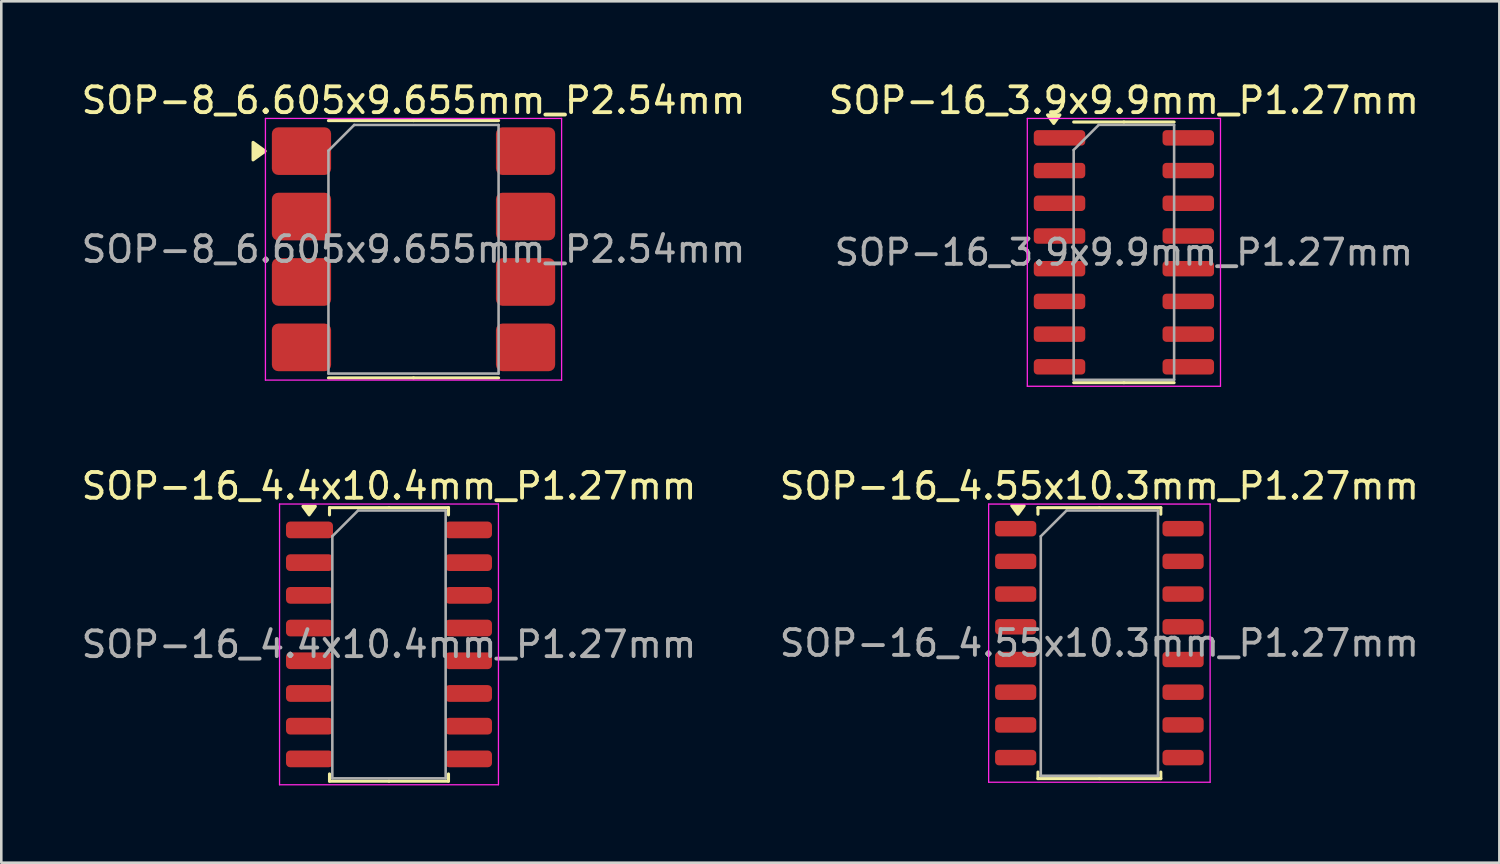
<source format=kicad_pcb>
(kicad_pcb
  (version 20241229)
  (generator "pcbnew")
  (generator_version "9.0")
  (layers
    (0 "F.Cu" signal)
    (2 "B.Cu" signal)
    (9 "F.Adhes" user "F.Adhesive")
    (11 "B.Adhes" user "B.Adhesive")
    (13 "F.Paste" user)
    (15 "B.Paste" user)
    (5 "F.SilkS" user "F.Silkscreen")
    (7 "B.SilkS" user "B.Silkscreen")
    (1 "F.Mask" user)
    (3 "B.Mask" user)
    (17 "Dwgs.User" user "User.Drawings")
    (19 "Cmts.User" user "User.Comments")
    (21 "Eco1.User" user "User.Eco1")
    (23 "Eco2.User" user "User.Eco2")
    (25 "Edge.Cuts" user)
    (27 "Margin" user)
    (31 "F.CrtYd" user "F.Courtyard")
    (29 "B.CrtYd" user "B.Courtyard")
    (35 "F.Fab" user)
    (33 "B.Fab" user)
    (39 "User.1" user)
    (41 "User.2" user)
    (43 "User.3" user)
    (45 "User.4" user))
  (footprint "SOP-16_3.9x9.9mm_P1.27mm"
    (layer "F.Cu")
    (at 40.589 6.748)
    (property "Reference" "SOP-16_3.9x9.9mm_P1.27mm" (at 0 -5.9 0) (layer "F.SilkS") (effects (font (size 1 1) (thickness 0.15))))
    (attr smd)
    (fp_line (start 0 -5.06) (end -1.95 -5.06) (stroke (width 0.12) (type solid)) (layer "F.SilkS"))
    (fp_line (start 0 -5.06) (end 1.95 -5.06) (stroke (width 0.12) (type solid)) (layer "F.SilkS"))
    (fp_line (start 0 5.06) (end -1.95 5.06) (stroke (width 0.12) (type solid)) (layer "F.SilkS"))
    (fp_line (start 0 5.06) (end 1.95 5.06) (stroke (width 0.12) (type solid)) (layer "F.SilkS"))
    (fp_poly (pts (xy -2.725 -5.005) (xy -2.965 -5.335) (xy -2.485 -5.335) (xy -2.725 -5.005)) (stroke (width 0.12) (type solid)) (fill yes) (layer "F.SilkS"))
    (fp_line (start -3.75 -5.2) (end -3.75 5.2) (stroke (width 0.05) (type solid)) (layer "F.CrtYd"))
    (fp_line (start -3.75 5.2) (end 3.75 5.2) (stroke (width 0.05) (type solid)) (layer "F.CrtYd"))
    (fp_line (start 3.75 -5.2) (end -3.75 -5.2) (stroke (width 0.05) (type solid)) (layer "F.CrtYd"))
    (fp_line (start 3.75 5.2) (end 3.75 -5.2) (stroke (width 0.05) (type solid)) (layer "F.CrtYd"))
    (fp_line (start -1.95 -3.975) (end -0.975 -4.95) (stroke (width 0.1) (type solid)) (layer "F.Fab"))
    (fp_line (start -1.95 4.95) (end -1.95 -3.975) (stroke (width 0.1) (type solid)) (layer "F.Fab"))
    (fp_line (start -0.975 -4.95) (end 1.95 -4.95) (stroke (width 0.1) (type solid)) (layer "F.Fab"))
    (fp_line (start 1.95 -4.95) (end 1.95 4.95) (stroke (width 0.1) (type solid)) (layer "F.Fab"))
    (fp_line (start 1.95 4.95) (end -1.95 4.95) (stroke (width 0.1) (type solid)) (layer "F.Fab"))
    (fp_text user "${REFERENCE}" (at 0 0 0) (layer "F.Fab") (effects (font (size 0.98 0.98) (thickness 0.15))))
    (pad "1" smd roundrect (at -2.5 -4.445) (size 2 0.6) (layers "F.Cu" "F.Mask" "F.Paste") (roundrect_rratio 0.25))
    (pad "2" smd roundrect (at -2.5 -3.175) (size 2 0.6) (layers "F.Cu" "F.Mask" "F.Paste") (roundrect_rratio 0.25))
    (pad "3" smd roundrect (at -2.5 -1.905) (size 2 0.6) (layers "F.Cu" "F.Mask" "F.Paste") (roundrect_rratio 0.25))
    (pad "4" smd roundrect (at -2.5 -0.635) (size 2 0.6) (layers "F.Cu" "F.Mask" "F.Paste") (roundrect_rratio 0.25))
    (pad "5" smd roundrect (at -2.5 0.635) (size 2 0.6) (layers "F.Cu" "F.Mask" "F.Paste") (roundrect_rratio 0.25))
    (pad "6" smd roundrect (at -2.5 1.905) (size 2 0.6) (layers "F.Cu" "F.Mask" "F.Paste") (roundrect_rratio 0.25))
    (pad "7" smd roundrect (at -2.5 3.175) (size 2 0.6) (layers "F.Cu" "F.Mask" "F.Paste") (roundrect_rratio 0.25))
    (pad "8" smd roundrect (at -2.5 4.445) (size 2 0.6) (layers "F.Cu" "F.Mask" "F.Paste") (roundrect_rratio 0.25))
    (pad "9" smd roundrect (at 2.5 4.445) (size 2 0.6) (layers "F.Cu" "F.Mask" "F.Paste") (roundrect_rratio 0.25))
    (pad "10" smd roundrect (at 2.5 3.175) (size 2 0.6) (layers "F.Cu" "F.Mask" "F.Paste") (roundrect_rratio 0.25))
    (pad "11" smd roundrect (at 2.5 1.905) (size 2 0.6) (layers "F.Cu" "F.Mask" "F.Paste") (roundrect_rratio 0.25))
    (pad "12" smd roundrect (at 2.5 0.635) (size 2 0.6) (layers "F.Cu" "F.Mask" "F.Paste") (roundrect_rratio 0.25))
    (pad "13" smd roundrect (at 2.5 -0.635) (size 2 0.6) (layers "F.Cu" "F.Mask" "F.Paste") (roundrect_rratio 0.25))
    (pad "14" smd roundrect (at 2.5 -1.905) (size 2 0.6) (layers "F.Cu" "F.Mask" "F.Paste") (roundrect_rratio 0.25))
    (pad "15" smd roundrect (at 2.5 -3.175) (size 2 0.6) (layers "F.Cu" "F.Mask" "F.Paste") (roundrect_rratio 0.25))
    (pad "16" smd roundrect (at 2.5 -4.445) (size 2 0.6) (layers "F.Cu" "F.Mask" "F.Paste") (roundrect_rratio 0.25)))
  (footprint "SOP-16_4.55x10.3mm_P1.27mm"
    (layer "F.Cu")
    (at 39.637 21.922)
    (property "Reference" "SOP-16_4.55x10.3mm_P1.27mm" (at 0 -6.1 0) (layer "F.SilkS") (effects (font (size 1 1) (thickness 0.15))))
    (attr smd)
    (fp_line (start -2.385 -5.26) (end -2.385 -5.005) (stroke (width 0.12) (type solid)) (layer "F.SilkS"))
    (fp_line (start -2.385 5.26) (end -2.385 5.005) (stroke (width 0.12) (type solid)) (layer "F.SilkS"))
    (fp_line (start 0 -5.26) (end -2.385 -5.26) (stroke (width 0.12) (type solid)) (layer "F.SilkS"))
    (fp_line (start 0 -5.26) (end 2.385 -5.26) (stroke (width 0.12) (type solid)) (layer "F.SilkS"))
    (fp_line (start 0 5.26) (end -2.385 5.26) (stroke (width 0.12) (type solid)) (layer "F.SilkS"))
    (fp_line (start 0 5.26) (end 2.385 5.26) (stroke (width 0.12) (type solid)) (layer "F.SilkS"))
    (fp_line (start 2.385 -5.26) (end 2.385 -5.005) (stroke (width 0.12) (type solid)) (layer "F.SilkS"))
    (fp_line (start 2.385 5.26) (end 2.385 5.005) (stroke (width 0.12) (type solid)) (layer "F.SilkS"))
    (fp_poly (pts (xy -3.163 -5.005) (xy -3.402 -5.335) (xy -2.922 -5.335) (xy -3.163 -5.005)) (stroke (width 0.12) (type solid)) (fill yes) (layer "F.SilkS"))
    (fp_line (start -4.3 -5.4) (end -4.3 5.4) (stroke (width 0.05) (type solid)) (layer "F.CrtYd"))
    (fp_line (start -4.3 5.4) (end 4.3 5.4) (stroke (width 0.05) (type solid)) (layer "F.CrtYd"))
    (fp_line (start 4.3 -5.4) (end -4.3 -5.4) (stroke (width 0.05) (type solid)) (layer "F.CrtYd"))
    (fp_line (start 4.3 5.4) (end 4.3 -5.4) (stroke (width 0.05) (type solid)) (layer "F.CrtYd"))
    (fp_line (start -2.275 -4.15) (end -1.275 -5.15) (stroke (width 0.1) (type solid)) (layer "F.Fab"))
    (fp_line (start -2.275 5.15) (end -2.275 -4.15) (stroke (width 0.1) (type solid)) (layer "F.Fab"))
    (fp_line (start -1.275 -5.15) (end 2.275 -5.15) (stroke (width 0.1) (type solid)) (layer "F.Fab"))
    (fp_line (start 2.275 -5.15) (end 2.275 5.15) (stroke (width 0.1) (type solid)) (layer "F.Fab"))
    (fp_line (start 2.275 5.15) (end -2.275 5.15) (stroke (width 0.1) (type solid)) (layer "F.Fab"))
    (fp_text user "${REFERENCE}" (at 0 0 0) (layer "F.Fab") (effects (font (size 1 1) (thickness 0.15))))
    (pad "1" smd roundrect (at -3.25 -4.445) (size 1.6 0.6) (layers "F.Cu" "F.Mask" "F.Paste") (roundrect_rratio 0.25))
    (pad "2" smd roundrect (at -3.25 -3.175) (size 1.6 0.6) (layers "F.Cu" "F.Mask" "F.Paste") (roundrect_rratio 0.25))
    (pad "3" smd roundrect (at -3.25 -1.905) (size 1.6 0.6) (layers "F.Cu" "F.Mask" "F.Paste") (roundrect_rratio 0.25))
    (pad "4" smd roundrect (at -3.25 -0.635) (size 1.6 0.6) (layers "F.Cu" "F.Mask" "F.Paste") (roundrect_rratio 0.25))
    (pad "5" smd roundrect (at -3.25 0.635) (size 1.6 0.6) (layers "F.Cu" "F.Mask" "F.Paste") (roundrect_rratio 0.25))
    (pad "6" smd roundrect (at -3.25 1.905) (size 1.6 0.6) (layers "F.Cu" "F.Mask" "F.Paste") (roundrect_rratio 0.25))
    (pad "7" smd roundrect (at -3.25 3.175) (size 1.6 0.6) (layers "F.Cu" "F.Mask" "F.Paste") (roundrect_rratio 0.25))
    (pad "8" smd roundrect (at -3.25 4.445) (size 1.6 0.6) (layers "F.Cu" "F.Mask" "F.Paste") (roundrect_rratio 0.25))
    (pad "9" smd roundrect (at 3.25 4.445) (size 1.6 0.6) (layers "F.Cu" "F.Mask" "F.Paste") (roundrect_rratio 0.25))
    (pad "10" smd roundrect (at 3.25 3.175) (size 1.6 0.6) (layers "F.Cu" "F.Mask" "F.Paste") (roundrect_rratio 0.25))
    (pad "11" smd roundrect (at 3.25 1.905) (size 1.6 0.6) (layers "F.Cu" "F.Mask" "F.Paste") (roundrect_rratio 0.25))
    (pad "12" smd roundrect (at 3.25 0.635) (size 1.6 0.6) (layers "F.Cu" "F.Mask" "F.Paste") (roundrect_rratio 0.25))
    (pad "13" smd roundrect (at 3.25 -0.635) (size 1.6 0.6) (layers "F.Cu" "F.Mask" "F.Paste") (roundrect_rratio 0.25))
    (pad "14" smd roundrect (at 3.25 -1.905) (size 1.6 0.6) (layers "F.Cu" "F.Mask" "F.Paste") (roundrect_rratio 0.25))
    (pad "15" smd roundrect (at 3.25 -3.175) (size 1.6 0.6) (layers "F.Cu" "F.Mask" "F.Paste") (roundrect_rratio 0.25))
    (pad "16" smd roundrect (at 3.25 -4.445) (size 1.6 0.6) (layers "F.Cu" "F.Mask" "F.Paste") (roundrect_rratio 0.25)))
  (footprint "SOP-8_6.605x9.655mm_P2.54mm"
    (layer "F.Cu")
    (at 13.006 6.628)
    (property "Reference" "SOP-8_6.605x9.655mm_P2.54mm" (at 0 -5.78 0) (layer "F.SilkS") (effects (font (size 1 1) (thickness 0.15))))
    (attr smd)
    (fp_line (start 0 -4.995) (end -3.303 -4.995) (stroke (width 0.12) (type solid)) (layer "F.SilkS"))
    (fp_line (start 0 -4.995) (end 3.303 -4.995) (stroke (width 0.12) (type solid)) (layer "F.SilkS"))
    (fp_line (start 0 4.995) (end -3.303 4.995) (stroke (width 0.12) (type solid)) (layer "F.SilkS"))
    (fp_line (start 0 4.995) (end 3.303 4.995) (stroke (width 0.12) (type solid)) (layer "F.SilkS"))
    (fp_poly (pts (xy -5.76 -3.81) (xy -6.23 -4.15) (xy -6.23 -3.47) (xy -5.76 -3.81)) (stroke (width 0.12) (type solid)) (fill yes) (layer "F.SilkS"))
    (fp_line (start -5.75 -5.08) (end -5.75 5.08) (stroke (width 0.05) (type solid)) (layer "F.CrtYd"))
    (fp_line (start -5.75 5.08) (end 5.75 5.08) (stroke (width 0.05) (type solid)) (layer "F.CrtYd"))
    (fp_line (start 5.75 -5.08) (end -5.75 -5.08) (stroke (width 0.05) (type solid)) (layer "F.CrtYd"))
    (fp_line (start 5.75 5.08) (end 5.75 -5.08) (stroke (width 0.05) (type solid)) (layer "F.CrtYd"))
    (fp_line (start -3.303 -3.828) (end -2.303 -4.827) (stroke (width 0.1) (type solid)) (layer "F.Fab"))
    (fp_line (start -3.303 4.827) (end -3.303 -3.828) (stroke (width 0.1) (type solid)) (layer "F.Fab"))
    (fp_line (start -2.303 -4.827) (end 3.303 -4.827) (stroke (width 0.1) (type solid)) (layer "F.Fab"))
    (fp_line (start 3.303 -4.827) (end 3.303 4.827) (stroke (width 0.1) (type solid)) (layer "F.Fab"))
    (fp_line (start 3.303 4.827) (end -3.303 4.827) (stroke (width 0.1) (type solid)) (layer "F.Fab"))
    (fp_text user "${REFERENCE}" (at 0 0 0) (layer "F.Fab") (effects (font (size 1 1) (thickness 0.15))))
    (pad "1" smd roundrect (at -4.35 -3.81) (size 2.3 1.85) (layers "F.Cu" "F.Mask" "F.Paste") (roundrect_rratio 0.135))
    (pad "2" smd roundrect (at -4.35 -1.27) (size 2.3 1.85) (layers "F.Cu" "F.Mask" "F.Paste") (roundrect_rratio 0.135))
    (pad "3" smd roundrect (at -4.35 1.27) (size 2.3 1.85) (layers "F.Cu" "F.Mask" "F.Paste") (roundrect_rratio 0.135))
    (pad "4" smd roundrect (at -4.35 3.81) (size 2.3 1.85) (layers "F.Cu" "F.Mask" "F.Paste") (roundrect_rratio 0.135))
    (pad "5" smd roundrect (at 4.35 3.81) (size 2.3 1.85) (layers "F.Cu" "F.Mask" "F.Paste") (roundrect_rratio 0.135))
    (pad "6" smd roundrect (at 4.35 1.27) (size 2.3 1.85) (layers "F.Cu" "F.Mask" "F.Paste") (roundrect_rratio 0.135))
    (pad "7" smd roundrect (at 4.35 -1.27) (size 2.3 1.85) (layers "F.Cu" "F.Mask" "F.Paste") (roundrect_rratio 0.135))
    (pad "8" smd roundrect (at 4.35 -3.81) (size 2.3 1.85) (layers "F.Cu" "F.Mask" "F.Paste") (roundrect_rratio 0.135)))
  (footprint "SOP-16_4.4x10.4mm_P1.27mm"
    (layer "F.Cu")
    (at 12.054 21.971)
    (property "Reference" "SOP-16_4.4x10.4mm_P1.27mm" (at 0 -6.15 0) (layer "F.SilkS") (effects (font (size 1 1) (thickness 0.15))))
    (attr smd)
    (fp_line (start -2.31 -5.31) (end -2.31 -5.03) (stroke (width 0.12) (type solid)) (layer "F.SilkS"))
    (fp_line (start -2.31 5.31) (end -2.31 5.03) (stroke (width 0.12) (type solid)) (layer "F.SilkS"))
    (fp_line (start 0 -5.31) (end -2.31 -5.31) (stroke (width 0.12) (type solid)) (layer "F.SilkS"))
    (fp_line (start 0 -5.31) (end 2.31 -5.31) (stroke (width 0.12) (type solid)) (layer "F.SilkS"))
    (fp_line (start 0 5.31) (end -2.31 5.31) (stroke (width 0.12) (type solid)) (layer "F.SilkS"))
    (fp_line (start 0 5.31) (end 2.31 5.31) (stroke (width 0.12) (type solid)) (layer "F.SilkS"))
    (fp_line (start 2.31 -5.31) (end 2.31 -5.03) (stroke (width 0.12) (type solid)) (layer "F.SilkS"))
    (fp_line (start 2.31 5.31) (end 2.31 5.03) (stroke (width 0.12) (type solid)) (layer "F.SilkS"))
    (fp_poly (pts (xy -3.1 -5.03) (xy -3.34 -5.36) (xy -2.86 -5.36) (xy -3.1 -5.03)) (stroke (width 0.12) (type solid)) (fill yes) (layer "F.SilkS"))
    (fp_line (start -4.25 -5.45) (end -4.25 5.45) (stroke (width 0.05) (type solid)) (layer "F.CrtYd"))
    (fp_line (start -4.25 5.45) (end 4.25 5.45) (stroke (width 0.05) (type solid)) (layer "F.CrtYd"))
    (fp_line (start 4.25 -5.45) (end -4.25 -5.45) (stroke (width 0.05) (type solid)) (layer "F.CrtYd"))
    (fp_line (start 4.25 5.45) (end 4.25 -5.45) (stroke (width 0.05) (type solid)) (layer "F.CrtYd"))
    (fp_line (start -2.2 -4.2) (end -1.2 -5.2) (stroke (width 0.1) (type solid)) (layer "F.Fab"))
    (fp_line (start -2.2 5.2) (end -2.2 -4.2) (stroke (width 0.1) (type solid)) (layer "F.Fab"))
    (fp_line (start -1.2 -5.2) (end 2.2 -5.2) (stroke (width 0.1) (type solid)) (layer "F.Fab"))
    (fp_line (start 2.2 -5.2) (end 2.2 5.2) (stroke (width 0.1) (type solid)) (layer "F.Fab"))
    (fp_line (start 2.2 5.2) (end -2.2 5.2) (stroke (width 0.1) (type solid)) (layer "F.Fab"))
    (fp_text user "${REFERENCE}" (at 0 0 0) (layer "F.Fab") (effects (font (size 1 1) (thickness 0.15))))
    (pad "1" smd roundrect (at -3.087 -4.445) (size 1.825 0.65) (layers "F.Cu" "F.Mask" "F.Paste") (roundrect_rratio 0.25))
    (pad "2" smd roundrect (at -3.087 -3.175) (size 1.825 0.65) (layers "F.Cu" "F.Mask" "F.Paste") (roundrect_rratio 0.25))
    (pad "3" smd roundrect (at -3.087 -1.905) (size 1.825 0.65) (layers "F.Cu" "F.Mask" "F.Paste") (roundrect_rratio 0.25))
    (pad "4" smd roundrect (at -3.087 -0.635) (size 1.825 0.65) (layers "F.Cu" "F.Mask" "F.Paste") (roundrect_rratio 0.25))
    (pad "5" smd roundrect (at -3.087 0.635) (size 1.825 0.65) (layers "F.Cu" "F.Mask" "F.Paste") (roundrect_rratio 0.25))
    (pad "6" smd roundrect (at -3.087 1.905) (size 1.825 0.65) (layers "F.Cu" "F.Mask" "F.Paste") (roundrect_rratio 0.25))
    (pad "7" smd roundrect (at -3.087 3.175) (size 1.825 0.65) (layers "F.Cu" "F.Mask" "F.Paste") (roundrect_rratio 0.25))
    (pad "8" smd roundrect (at -3.087 4.445) (size 1.825 0.65) (layers "F.Cu" "F.Mask" "F.Paste") (roundrect_rratio 0.25))
    (pad "9" smd roundrect (at 3.087 4.445) (size 1.825 0.65) (layers "F.Cu" "F.Mask" "F.Paste") (roundrect_rratio 0.25))
    (pad "10" smd roundrect (at 3.087 3.175) (size 1.825 0.65) (layers "F.Cu" "F.Mask" "F.Paste") (roundrect_rratio 0.25))
    (pad "11" smd roundrect (at 3.087 1.905) (size 1.825 0.65) (layers "F.Cu" "F.Mask" "F.Paste") (roundrect_rratio 0.25))
    (pad "12" smd roundrect (at 3.087 0.635) (size 1.825 0.65) (layers "F.Cu" "F.Mask" "F.Paste") (roundrect_rratio 0.25))
    (pad "13" smd roundrect (at 3.087 -0.635) (size 1.825 0.65) (layers "F.Cu" "F.Mask" "F.Paste") (roundrect_rratio 0.25))
    (pad "14" smd roundrect (at 3.087 -1.905) (size 1.825 0.65) (layers "F.Cu" "F.Mask" "F.Paste") (roundrect_rratio 0.25))
    (pad "15" smd roundrect (at 3.087 -3.175) (size 1.825 0.65) (layers "F.Cu" "F.Mask" "F.Paste") (roundrect_rratio 0.25))
    (pad "16" smd roundrect (at 3.087 -4.445) (size 1.825 0.65) (layers "F.Cu" "F.Mask" "F.Paste") (roundrect_rratio 0.25)))
  (gr_rect
    (start -3 -3)
    (end 55.167 30.447)
    (stroke (width 0.1) (type default))
    (fill no)
    (layer "Edge.Cuts")))
</source>
